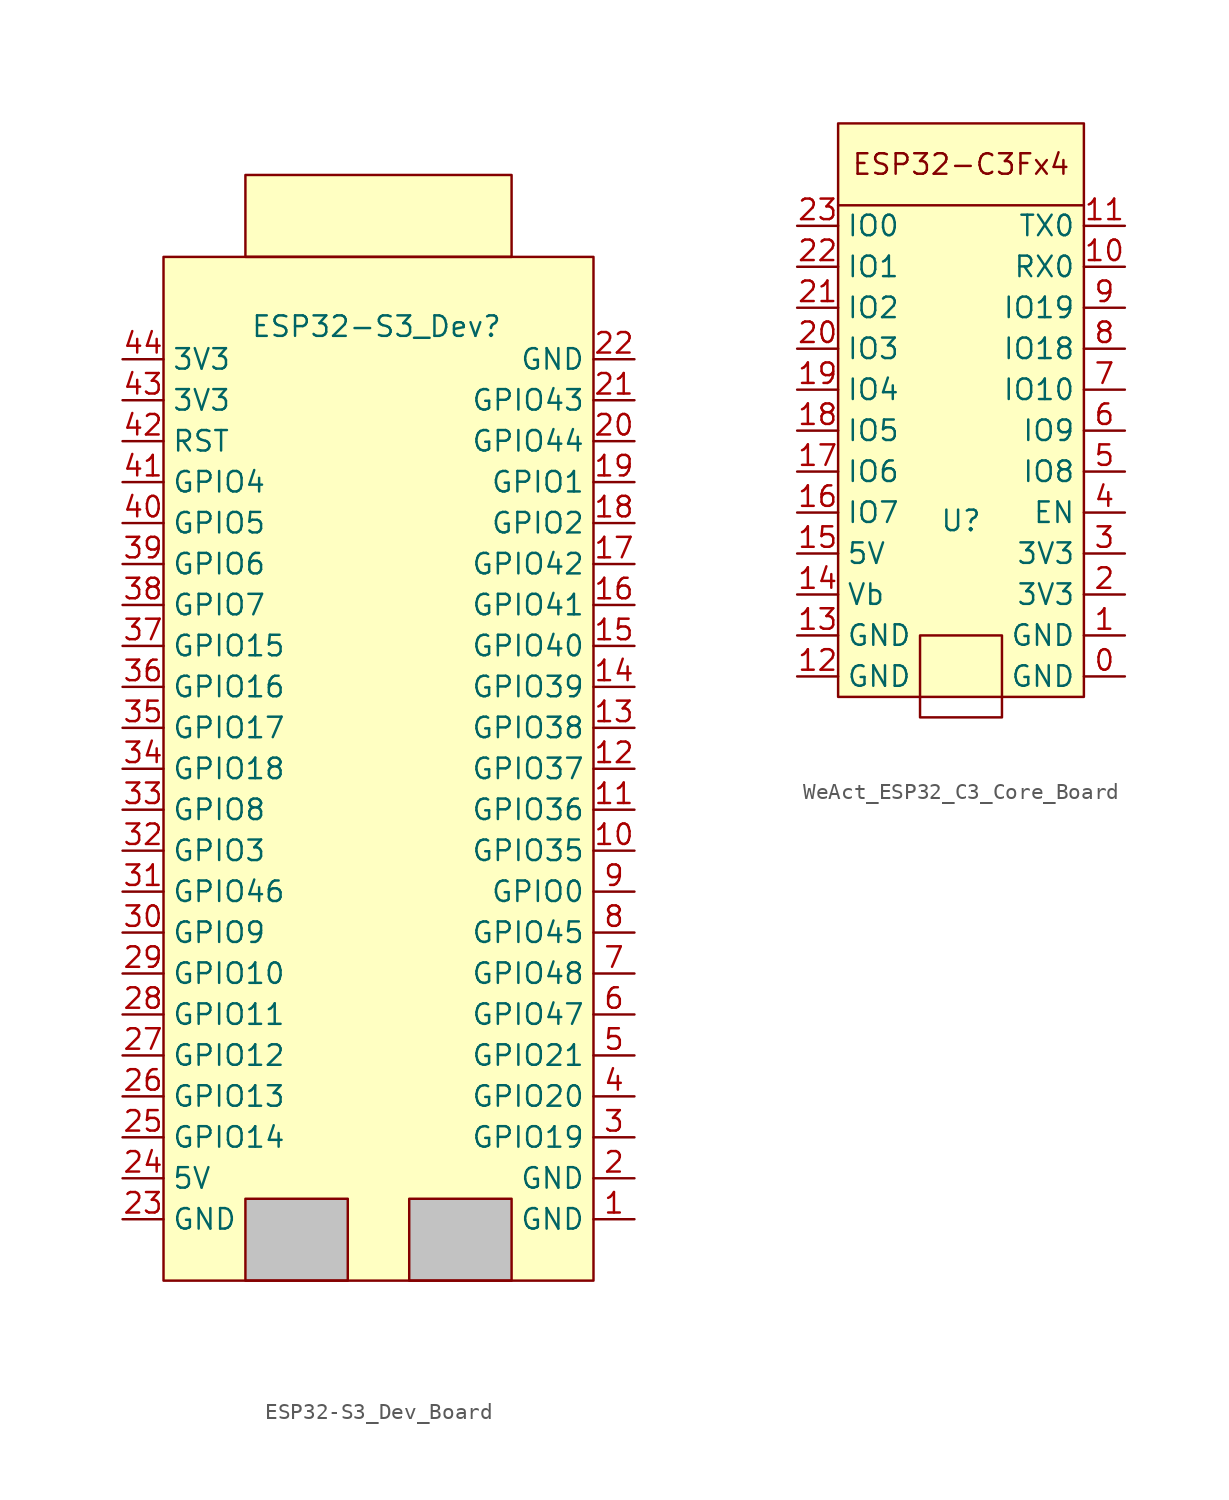
<source format=kicad_sym>
(kicad_symbol_lib
  (version 20231120)
  (generator "kicad_symbol_editor")
  (generator_version "8.0")
  (symbol "ESP32-S3_Dev_Board"
    (property "Reference" "ESP32-S3_Dev"
      (at 13.208 59.182 0)
      (effects (font (size 1.27 1.27))))
    (property "Value" ""
      (at 0 0 0)
      (effects (font (size 1.27 1.27))))
    (symbol "ESP32-S3_Dev_Board_1_1"
      (rectangle (start 0 63.5) (end 26.67 0) (stroke (width 0) (type default)) (fill (type background)))
      (rectangle (start 5.08 5.08) (end 11.43 0) (stroke (width 0) (type default)) (fill (type color) (color 194 194 194 1)))
      (rectangle (start 5.08 68.58) (end 21.59 63.5) (stroke (width 0) (type default)) (fill (type background)))
      (rectangle (start 15.24 5.08) (end 21.59 0) (stroke (width 0) (type default)) (fill (type color) (color 194 194 194 1)))
      (pin power_in line (at 29.21 3.81 180) (length 2.54) (name "GND" (effects (font (size 1.27 1.27)))) (number "1" (effects (font (size 1.27 1.27)))))
      (pin bidirectional line (at 29.21 26.67 180) (length 2.54) (name "GPIO35" (effects (font (size 1.27 1.27)))) (number "10" (effects (font (size 1.27 1.27)))))
      (pin bidirectional line (at 29.21 29.21 180) (length 2.54) (name "GPIO36" (effects (font (size 1.27 1.27)))) (number "11" (effects (font (size 1.27 1.27)))))
      (pin bidirectional line (at 29.21 31.75 180) (length 2.54) (name "GPIO37" (effects (font (size 1.27 1.27)))) (number "12" (effects (font (size 1.27 1.27)))))
      (pin bidirectional line (at 29.21 34.29 180) (length 2.54) (name "GPIO38" (effects (font (size 1.27 1.27)))) (number "13" (effects (font (size 1.27 1.27)))))
      (pin bidirectional line (at 29.21 36.83 180) (length 2.54) (name "GPIO39" (effects (font (size 1.27 1.27)))) (number "14" (effects (font (size 1.27 1.27)))))
      (pin bidirectional line (at 29.21 39.37 180) (length 2.54) (name "GPIO40" (effects (font (size 1.27 1.27)))) (number "15" (effects (font (size 1.27 1.27)))))
      (pin bidirectional line (at 29.21 41.91 180) (length 2.54) (name "GPIO41" (effects (font (size 1.27 1.27)))) (number "16" (effects (font (size 1.27 1.27)))))
      (pin bidirectional line (at 29.21 44.45 180) (length 2.54) (name "GPIO42" (effects (font (size 1.27 1.27)))) (number "17" (effects (font (size 1.27 1.27)))))
      (pin bidirectional line (at 29.21 46.99 180) (length 2.54) (name "GPIO2" (effects (font (size 1.27 1.27)))) (number "18" (effects (font (size 1.27 1.27)))))
      (pin bidirectional line (at 29.21 49.53 180) (length 2.54) (name "GPIO1" (effects (font (size 1.27 1.27)))) (number "19" (effects (font (size 1.27 1.27)))))
      (pin power_in line (at 29.21 6.35 180) (length 2.54) (name "GND" (effects (font (size 1.27 1.27)))) (number "2" (effects (font (size 1.27 1.27)))))
      (pin bidirectional line (at 29.21 52.07 180) (length 2.54) (name "GPIO44" (effects (font (size 1.27 1.27)))) (number "20" (effects (font (size 1.27 1.27)))))
      (pin bidirectional line (at 29.21 54.61 180) (length 2.54) (name "GPIO43" (effects (font (size 1.27 1.27)))) (number "21" (effects (font (size 1.27 1.27)))))
      (pin power_in line (at 29.21 57.15 180) (length 2.54) (name "GND" (effects (font (size 1.27 1.27)))) (number "22" (effects (font (size 1.27 1.27)))))
      (pin power_in line (at -2.54 3.81 0) (length 2.54) (name "GND" (effects (font (size 1.27 1.27)))) (number "23" (effects (font (size 1.27 1.27)))))
      (pin power_in line (at -2.54 6.35 0) (length 2.54) (name "5V" (effects (font (size 1.27 1.27)))) (number "24" (effects (font (size 1.27 1.27)))))
      (pin bidirectional line (at -2.54 8.89 0) (length 2.54) (name "GPIO14" (effects (font (size 1.27 1.27)))) (number "25" (effects (font (size 1.27 1.27)))))
      (pin bidirectional line (at -2.54 11.43 0) (length 2.54) (name "GPIO13" (effects (font (size 1.27 1.27)))) (number "26" (effects (font (size 1.27 1.27)))))
      (pin bidirectional line (at -2.54 13.97 0) (length 2.54) (name "GPIO12" (effects (font (size 1.27 1.27)))) (number "27" (effects (font (size 1.27 1.27)))))
      (pin bidirectional line (at -2.54 16.51 0) (length 2.54) (name "GPIO11" (effects (font (size 1.27 1.27)))) (number "28" (effects (font (size 1.27 1.27)))))
      (pin bidirectional line (at -2.54 19.05 0) (length 2.54) (name "GPIO10" (effects (font (size 1.27 1.27)))) (number "29" (effects (font (size 1.27 1.27)))))
      (pin bidirectional line (at 29.21 8.89 180) (length 2.54) (name "GPIO19" (effects (font (size 1.27 1.27)))) (number "3" (effects (font (size 1.27 1.27)))))
      (pin bidirectional line (at -2.54 21.59 0) (length 2.54) (name "GPIO9" (effects (font (size 1.27 1.27)))) (number "30" (effects (font (size 1.27 1.27)))))
      (pin bidirectional line (at -2.54 24.13 0) (length 2.54) (name "GPIO46" (effects (font (size 1.27 1.27)))) (number "31" (effects (font (size 1.27 1.27)))))
      (pin bidirectional line (at -2.54 26.67 0) (length 2.54) (name "GPIO3" (effects (font (size 1.27 1.27)))) (number "32" (effects (font (size 1.27 1.27)))))
      (pin bidirectional line (at -2.54 29.21 0) (length 2.54) (name "GPIO8" (effects (font (size 1.27 1.27)))) (number "33" (effects (font (size 1.27 1.27)))))
      (pin bidirectional line (at -2.54 31.75 0) (length 2.54) (name "GPIO18" (effects (font (size 1.27 1.27)))) (number "34" (effects (font (size 1.27 1.27)))))
      (pin bidirectional line (at -2.54 34.29 0) (length 2.54) (name "GPIO17" (effects (font (size 1.27 1.27)))) (number "35" (effects (font (size 1.27 1.27)))))
      (pin bidirectional line (at -2.54 36.83 0) (length 2.54) (name "GPIO16" (effects (font (size 1.27 1.27)))) (number "36" (effects (font (size 1.27 1.27)))))
      (pin bidirectional line (at -2.54 39.37 0) (length 2.54) (name "GPIO15" (effects (font (size 1.27 1.27)))) (number "37" (effects (font (size 1.27 1.27)))))
      (pin bidirectional line (at -2.54 41.91 0) (length 2.54) (name "GPIO7" (effects (font (size 1.27 1.27)))) (number "38" (effects (font (size 1.27 1.27)))))
      (pin bidirectional line (at -2.54 44.45 0) (length 2.54) (name "GPIO6" (effects (font (size 1.27 1.27)))) (number "39" (effects (font (size 1.27 1.27)))))
      (pin bidirectional line (at 29.21 11.43 180) (length 2.54) (name "GPIO20" (effects (font (size 1.27 1.27)))) (number "4" (effects (font (size 1.27 1.27)))))
      (pin bidirectional line (at -2.54 46.99 0) (length 2.54) (name "GPIO5" (effects (font (size 1.27 1.27)))) (number "40" (effects (font (size 1.27 1.27)))))
      (pin bidirectional line (at -2.54 49.53 0) (length 2.54) (name "GPIO4" (effects (font (size 1.27 1.27)))) (number "41" (effects (font (size 1.27 1.27)))))
      (pin bidirectional line (at -2.54 52.07 0) (length 2.54) (name "RST" (effects (font (size 1.27 1.27)))) (number "42" (effects (font (size 1.27 1.27)))))
      (pin power_out line (at -2.54 54.61 0) (length 2.54) (name "3V3" (effects (font (size 1.27 1.27)))) (number "43" (effects (font (size 1.27 1.27)))))
      (pin power_out line (at -2.54 57.15 0) (length 2.54) (name "3V3" (effects (font (size 1.27 1.27)))) (number "44" (effects (font (size 1.27 1.27)))))
      (pin bidirectional line (at 29.21 13.97 180) (length 2.54) (name "GPIO21" (effects (font (size 1.27 1.27)))) (number "5" (effects (font (size 1.27 1.27)))))
      (pin bidirectional line (at 29.21 16.51 180) (length 2.54) (name "GPIO47" (effects (font (size 1.27 1.27)))) (number "6" (effects (font (size 1.27 1.27)))))
      (pin bidirectional line (at 29.21 19.05 180) (length 2.54) (name "GPIO48" (effects (font (size 1.27 1.27)))) (number "7" (effects (font (size 1.27 1.27)))))
      (pin bidirectional line (at 29.21 21.59 180) (length 2.54) (name "GPIO45" (effects (font (size 1.27 1.27)))) (number "8" (effects (font (size 1.27 1.27)))))
      (pin bidirectional line (at 29.21 24.13 180) (length 2.54) (name "GPIO0" (effects (font (size 1.27 1.27)))) (number "9" (effects (font (size 1.27 1.27)))))))
  (symbol "WeAct_ESP32_C3_Core_Board"
    (property "Reference" "U"
      (at 0 10.922 0)
      (effects (font (size 1.27 1.27))))
    (property "Value" ""
      (at 2.54 0 0)
      (effects (font (size 1.27 1.27))))
    (symbol "WeAct_ESP32_C3_Core_Board_0_1"
      (rectangle (start -2.54 3.81) (end 2.54 -1.27) (stroke (width 0) (type default)) (fill (type none)))
      (polyline (pts (xy -7.62 30.48) (xy 7.62 30.48)) (stroke (width 0) (type default)) (fill (type none))))
    (symbol "WeAct_ESP32_C3_Core_Board_1_1"
      (rectangle (start -7.62 35.56) (end 7.62 0) (stroke (width 0) (type default)) (fill (type background)))
      (text "ESP32-C3Fx4" (at 0 33.02 0) (effects (font (size 1.27 1.27))))
      (pin passive line (at 10.16 1.27 180) (length 2.54) (name "GND" (effects (font (size 1.27 1.27)))) (number "0" (effects (font (size 1.27 1.27)))))
      (pin passive line (at 10.16 3.81 180) (length 2.54) (name "GND" (effects (font (size 1.27 1.27)))) (number "1" (effects (font (size 1.27 1.27)))))
      (pin passive line (at 10.16 26.67 180) (length 2.54) (name "RX0" (effects (font (size 1.27 1.27)))) (number "10" (effects (font (size 1.27 1.27)))))
      (pin passive line (at 10.16 29.21 180) (length 2.54) (name "TX0" (effects (font (size 1.27 1.27)))) (number "11" (effects (font (size 1.27 1.27)))))
      (pin passive line (at -10.16 1.27 0) (length 2.54) (name "GND" (effects (font (size 1.27 1.27)))) (number "12" (effects (font (size 1.27 1.27)))))
      (pin passive line (at -10.16 3.81 0) (length 2.54) (name "GND" (effects (font (size 1.27 1.27)))) (number "13" (effects (font (size 1.27 1.27)))))
      (pin passive line (at -10.16 6.35 0) (length 2.54) (name "Vb" (effects (font (size 1.27 1.27)))) (number "14" (effects (font (size 1.27 1.27)))))
      (pin passive line (at -10.16 8.89 0) (length 2.54) (name "5V" (effects (font (size 1.27 1.27)))) (number "15" (effects (font (size 1.27 1.27)))))
      (pin passive line (at -10.16 11.43 0) (length 2.54) (name "IO7" (effects (font (size 1.27 1.27)))) (number "16" (effects (font (size 1.27 1.27)))))
      (pin passive line (at -10.16 13.97 0) (length 2.54) (name "IO6" (effects (font (size 1.27 1.27)))) (number "17" (effects (font (size 1.27 1.27)))))
      (pin passive line (at -10.16 16.51 0) (length 2.54) (name "IO5" (effects (font (size 1.27 1.27)))) (number "18" (effects (font (size 1.27 1.27)))))
      (pin passive line (at -10.16 19.05 0) (length 2.54) (name "IO4" (effects (font (size 1.27 1.27)))) (number "19" (effects (font (size 1.27 1.27)))))
      (pin passive line (at 10.16 6.35 180) (length 2.54) (name "3V3" (effects (font (size 1.27 1.27)))) (number "2" (effects (font (size 1.27 1.27)))))
      (pin passive line (at -10.16 21.59 0) (length 2.54) (name "IO3" (effects (font (size 1.27 1.27)))) (number "20" (effects (font (size 1.27 1.27)))))
      (pin passive line (at -10.16 24.13 0) (length 2.54) (name "IO2" (effects (font (size 1.27 1.27)))) (number "21" (effects (font (size 1.27 1.27)))))
      (pin passive line (at -10.16 26.67 0) (length 2.54) (name "IO1" (effects (font (size 1.27 1.27)))) (number "22" (effects (font (size 1.27 1.27)))))
      (pin passive line (at -10.16 29.21 0) (length 2.54) (name "IO0" (effects (font (size 1.27 1.27)))) (number "23" (effects (font (size 1.27 1.27)))))
      (pin passive line (at 10.16 8.89 180) (length 2.54) (name "3V3" (effects (font (size 1.27 1.27)))) (number "3" (effects (font (size 1.27 1.27)))))
      (pin passive line (at 10.16 11.43 180) (length 2.54) (name "EN" (effects (font (size 1.27 1.27)))) (number "4" (effects (font (size 1.27 1.27)))))
      (pin passive line (at 10.16 13.97 180) (length 2.54) (name "IO8" (effects (font (size 1.27 1.27)))) (number "5" (effects (font (size 1.27 1.27)))))
      (pin passive line (at 10.16 16.51 180) (length 2.54) (name "IO9" (effects (font (size 1.27 1.27)))) (number "6" (effects (font (size 1.27 1.27)))))
      (pin passive line (at 10.16 19.05 180) (length 2.54) (name "IO10" (effects (font (size 1.27 1.27)))) (number "7" (effects (font (size 1.27 1.27)))))
      (pin passive line (at 10.16 21.59 180) (length 2.54) (name "IO18" (effects (font (size 1.27 1.27)))) (number "8" (effects (font (size 1.27 1.27)))))
      (pin passive line (at 10.16 24.13 180) (length 2.54) (name "IO19" (effects (font (size 1.27 1.27)))) (number "9" (effects (font (size 1.27 1.27))))))))
</source>
